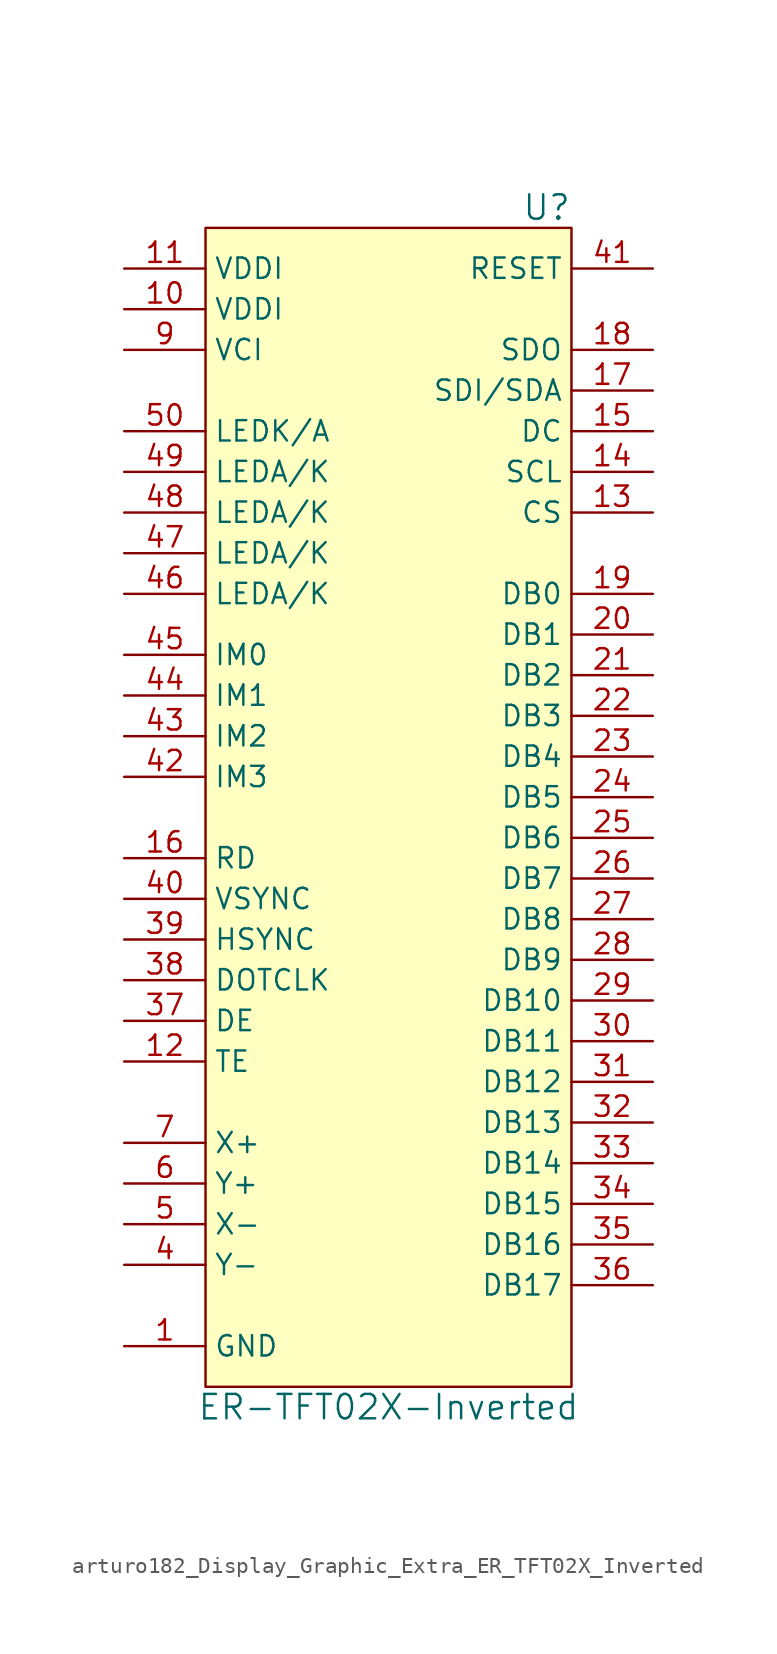
<source format=kicad_sym>
(kicad_symbol_lib
  (version 20220914)
  (generator kicad_symbol_editor)
  (symbol "arturo182_Display_Graphic_Extra_ER_TFT02X_Inverted"
    (property "Reference" "U"
      (at 11.43 36.83 0)
      (effects (font (size 1.524 1.524)) (justify right)))
    (property "Value" "ER-TFT02X-Inverted"
      (at 0 -38.1 0)
      (effects (font (size 1.524 1.524))))
    (symbol "arturo182_Display_Graphic_Extra_ER_TFT02X_Inverted_0_1"
      (rectangle (start -11.43 35.56) (end 11.43 -36.83) (stroke (width 0) (type default)) (fill (type background))))
    (symbol "arturo182_Display_Graphic_Extra_ER_TFT02X_Inverted_1_1"
      (pin power_in line (at -16.51 -34.29 0) (length 5.08) (name "GND" (effects (font (size 1.27 1.27)))) (number "1" (effects (font (size 1.27 1.27)))))
      (pin power_in line (at -16.51 30.48 0) (length 5.08) (name "VDDI" (effects (font (size 1.27 1.27)))) (number "10" (effects (font (size 1.27 1.27)))))
      (pin power_in line (at -16.51 33.02 0) (length 5.08) (name "VDDI" (effects (font (size 1.27 1.27)))) (number "11" (effects (font (size 1.27 1.27)))))
      (pin input line (at -16.51 -16.51 0) (length 5.08) (name "TE" (effects (font (size 1.27 1.27)))) (number "12" (effects (font (size 1.27 1.27)))))
      (pin input line (at 16.51 17.78 180) (length 5.08) (name "CS" (effects (font (size 1.27 1.27)))) (number "13" (effects (font (size 1.27 1.27)))))
      (pin input line (at 16.51 20.32 180) (length 5.08) (name "SCL" (effects (font (size 1.27 1.27)))) (number "14" (effects (font (size 1.27 1.27)))))
      (pin input line (at 16.51 22.86 180) (length 5.08) (name "DC" (effects (font (size 1.27 1.27)))) (number "15" (effects (font (size 1.27 1.27)))))
      (pin input line (at -16.51 -3.81 0) (length 5.08) (name "RD" (effects (font (size 1.27 1.27)))) (number "16" (effects (font (size 1.27 1.27)))))
      (pin input line (at 16.51 25.4 180) (length 5.08) (name "SDI/SDA" (effects (font (size 1.27 1.27)))) (number "17" (effects (font (size 1.27 1.27)))))
      (pin output line (at 16.51 27.94 180) (length 5.08) (name "SDO" (effects (font (size 1.27 1.27)))) (number "18" (effects (font (size 1.27 1.27)))))
      (pin input line (at 16.51 12.7 180) (length 5.08) (name "DB0" (effects (font (size 1.27 1.27)))) (number "19" (effects (font (size 1.27 1.27)))))
      (pin passive line (at -16.51 -34.29 0) (length 5.08) hide (name "GND" (effects (font (size 1.27 1.27)))) (number "2" (effects (font (size 1.27 1.27)))))
      (pin input line (at 16.51 10.16 180) (length 5.08) (name "DB1" (effects (font (size 1.27 1.27)))) (number "20" (effects (font (size 1.27 1.27)))))
      (pin input line (at 16.51 7.62 180) (length 5.08) (name "DB2" (effects (font (size 1.27 1.27)))) (number "21" (effects (font (size 1.27 1.27)))))
      (pin input line (at 16.51 5.08 180) (length 5.08) (name "DB3" (effects (font (size 1.27 1.27)))) (number "22" (effects (font (size 1.27 1.27)))))
      (pin input line (at 16.51 2.54 180) (length 5.08) (name "DB4" (effects (font (size 1.27 1.27)))) (number "23" (effects (font (size 1.27 1.27)))))
      (pin input line (at 16.51 0 180) (length 5.08) (name "DB5" (effects (font (size 1.27 1.27)))) (number "24" (effects (font (size 1.27 1.27)))))
      (pin input line (at 16.51 -2.54 180) (length 5.08) (name "DB6" (effects (font (size 1.27 1.27)))) (number "25" (effects (font (size 1.27 1.27)))))
      (pin input line (at 16.51 -5.08 180) (length 5.08) (name "DB7" (effects (font (size 1.27 1.27)))) (number "26" (effects (font (size 1.27 1.27)))))
      (pin input line (at 16.51 -7.62 180) (length 5.08) (name "DB8" (effects (font (size 1.27 1.27)))) (number "27" (effects (font (size 1.27 1.27)))))
      (pin input line (at 16.51 -10.16 180) (length 5.08) (name "DB9" (effects (font (size 1.27 1.27)))) (number "28" (effects (font (size 1.27 1.27)))))
      (pin input line (at 16.51 -12.7 180) (length 5.08) (name "DB10" (effects (font (size 1.27 1.27)))) (number "29" (effects (font (size 1.27 1.27)))))
      (pin passive line (at -16.51 -34.29 0) (length 5.08) hide (name "GND" (effects (font (size 1.27 1.27)))) (number "3" (effects (font (size 1.27 1.27)))))
      (pin input line (at 16.51 -15.24 180) (length 5.08) (name "DB11" (effects (font (size 1.27 1.27)))) (number "30" (effects (font (size 1.27 1.27)))))
      (pin input line (at 16.51 -17.78 180) (length 5.08) (name "DB12" (effects (font (size 1.27 1.27)))) (number "31" (effects (font (size 1.27 1.27)))))
      (pin input line (at 16.51 -20.32 180) (length 5.08) (name "DB13" (effects (font (size 1.27 1.27)))) (number "32" (effects (font (size 1.27 1.27)))))
      (pin input line (at 16.51 -22.86 180) (length 5.08) (name "DB14" (effects (font (size 1.27 1.27)))) (number "33" (effects (font (size 1.27 1.27)))))
      (pin input line (at 16.51 -25.4 180) (length 5.08) (name "DB15" (effects (font (size 1.27 1.27)))) (number "34" (effects (font (size 1.27 1.27)))))
      (pin input line (at 16.51 -27.94 180) (length 5.08) (name "DB16" (effects (font (size 1.27 1.27)))) (number "35" (effects (font (size 1.27 1.27)))))
      (pin input line (at 16.51 -30.48 180) (length 5.08) (name "DB17" (effects (font (size 1.27 1.27)))) (number "36" (effects (font (size 1.27 1.27)))))
      (pin input line (at -16.51 -13.97 0) (length 5.08) (name "DE" (effects (font (size 1.27 1.27)))) (number "37" (effects (font (size 1.27 1.27)))))
      (pin input line (at -16.51 -11.43 0) (length 5.08) (name "DOTCLK" (effects (font (size 1.27 1.27)))) (number "38" (effects (font (size 1.27 1.27)))))
      (pin input line (at -16.51 -8.89 0) (length 5.08) (name "HSYNC" (effects (font (size 1.27 1.27)))) (number "39" (effects (font (size 1.27 1.27)))))
      (pin output line (at -16.51 -29.21 0) (length 5.08) (name "Y-" (effects (font (size 1.27 1.27)))) (number "4" (effects (font (size 1.27 1.27)))))
      (pin input line (at -16.51 -6.35 0) (length 5.08) (name "VSYNC" (effects (font (size 1.27 1.27)))) (number "40" (effects (font (size 1.27 1.27)))))
      (pin input line (at 16.51 33.02 180) (length 5.08) (name "RESET" (effects (font (size 1.27 1.27)))) (number "41" (effects (font (size 1.27 1.27)))))
      (pin input line (at -16.51 1.27 0) (length 5.08) (name "IM3" (effects (font (size 1.27 1.27)))) (number "42" (effects (font (size 1.27 1.27)))))
      (pin input line (at -16.51 3.81 0) (length 5.08) (name "IM2" (effects (font (size 1.27 1.27)))) (number "43" (effects (font (size 1.27 1.27)))))
      (pin input line (at -16.51 6.35 0) (length 5.08) (name "IM1" (effects (font (size 1.27 1.27)))) (number "44" (effects (font (size 1.27 1.27)))))
      (pin input line (at -16.51 8.89 0) (length 5.08) (name "IM0" (effects (font (size 1.27 1.27)))) (number "45" (effects (font (size 1.27 1.27)))))
      (pin input line (at -16.51 12.7 0) (length 5.08) (name "LEDA/K" (effects (font (size 1.27 1.27)))) (number "46" (effects (font (size 1.27 1.27)))))
      (pin input line (at -16.51 15.24 0) (length 5.08) (name "LEDA/K" (effects (font (size 1.27 1.27)))) (number "47" (effects (font (size 1.27 1.27)))))
      (pin input line (at -16.51 17.78 0) (length 5.08) (name "LEDA/K" (effects (font (size 1.27 1.27)))) (number "48" (effects (font (size 1.27 1.27)))))
      (pin input line (at -16.51 20.32 0) (length 5.08) (name "LEDA/K" (effects (font (size 1.27 1.27)))) (number "49" (effects (font (size 1.27 1.27)))))
      (pin output line (at -16.51 -26.67 0) (length 5.08) (name "X-" (effects (font (size 1.27 1.27)))) (number "5" (effects (font (size 1.27 1.27)))))
      (pin input line (at -16.51 22.86 0) (length 5.08) (name "LEDK/A" (effects (font (size 1.27 1.27)))) (number "50" (effects (font (size 1.27 1.27)))))
      (pin output line (at -16.51 -24.13 0) (length 5.08) (name "Y+" (effects (font (size 1.27 1.27)))) (number "6" (effects (font (size 1.27 1.27)))))
      (pin output line (at -16.51 -21.59 0) (length 5.08) (name "X+" (effects (font (size 1.27 1.27)))) (number "7" (effects (font (size 1.27 1.27)))))
      (pin passive line (at -16.51 -34.29 0) (length 5.08) hide (name "GND" (effects (font (size 1.27 1.27)))) (number "8" (effects (font (size 1.27 1.27)))))
      (pin power_in line (at -16.51 27.94 0) (length 5.08) (name "VCI" (effects (font (size 1.27 1.27)))) (number "9" (effects (font (size 1.27 1.27))))))))
</source>
